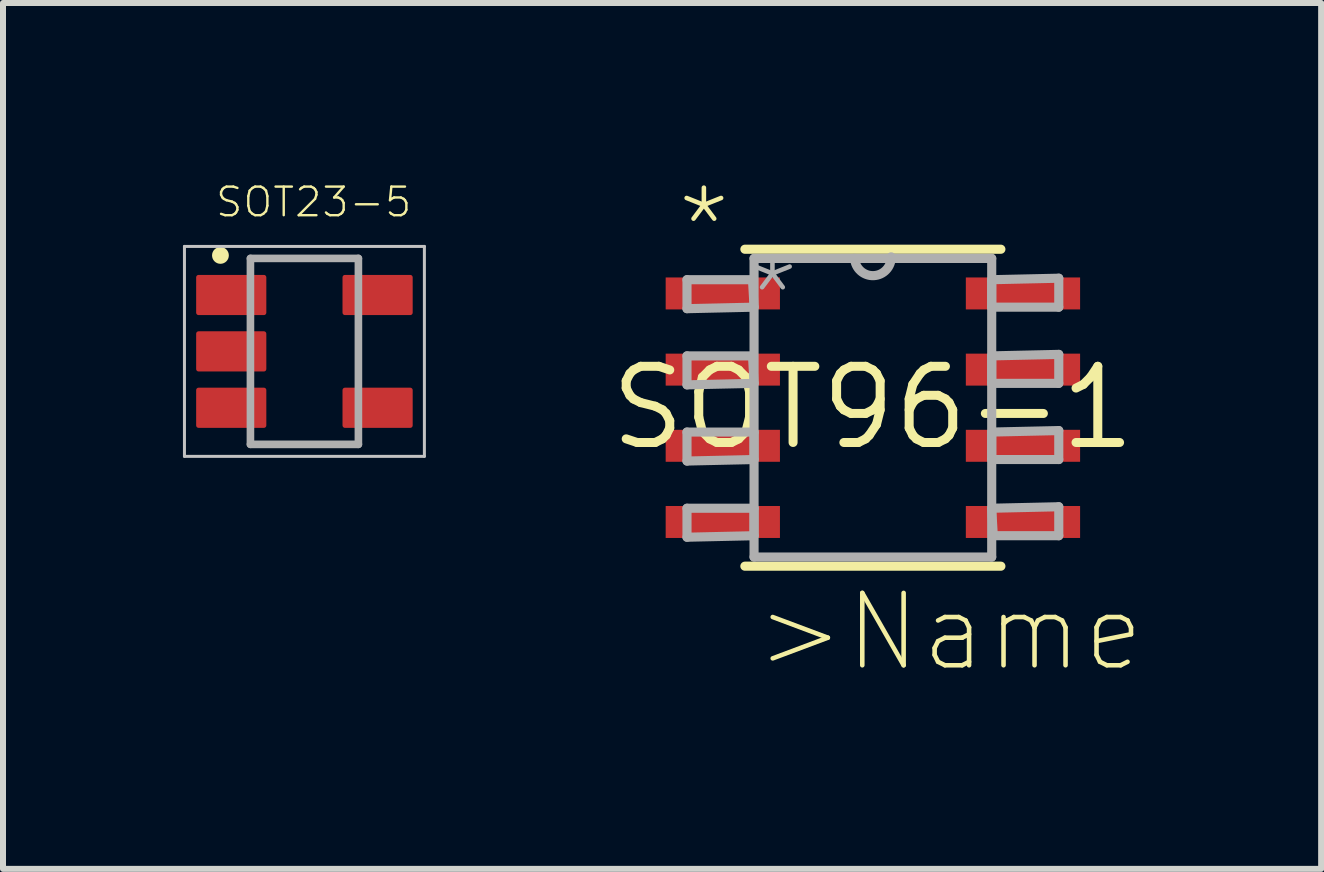
<source format=kicad_pcb>
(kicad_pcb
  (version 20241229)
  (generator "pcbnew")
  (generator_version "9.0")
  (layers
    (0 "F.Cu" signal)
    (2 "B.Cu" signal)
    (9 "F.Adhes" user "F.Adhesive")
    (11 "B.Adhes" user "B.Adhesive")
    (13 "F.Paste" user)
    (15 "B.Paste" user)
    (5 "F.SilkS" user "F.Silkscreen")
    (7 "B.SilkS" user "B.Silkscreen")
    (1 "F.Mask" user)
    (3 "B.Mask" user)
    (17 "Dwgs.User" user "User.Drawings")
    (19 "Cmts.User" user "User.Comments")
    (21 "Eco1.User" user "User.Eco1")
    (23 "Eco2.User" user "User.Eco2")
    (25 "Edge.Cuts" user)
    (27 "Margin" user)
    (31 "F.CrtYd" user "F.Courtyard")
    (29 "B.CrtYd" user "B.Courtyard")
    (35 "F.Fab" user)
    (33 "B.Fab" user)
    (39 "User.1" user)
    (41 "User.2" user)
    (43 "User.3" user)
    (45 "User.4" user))
  (footprint "SOT96-1"
    (layer "F.Cu")
    (at 11.502 3.747)
    (property "Reference" "SOT96-1" (at 0 0 0) (layer "F.SilkS") (effects (font (size 1.27 1.27) (thickness 0.15))))
    (attr through_hole)
    (fp_line (start -2.134 2.642) (end 2.134 2.642) (stroke (width 0.152) (type solid)) (layer "F.SilkS"))
    (fp_line (start 2.134 -2.642) (end -2.134 -2.642) (stroke (width 0.152) (type solid)) (layer "F.SilkS"))
    (fp_line (start -3.099 -2.134) (end -3.099 -1.651) (stroke (width 0.152) (type solid)) (layer "F.Fab"))
    (fp_line (start -3.099 -1.651) (end -1.981 -1.676) (stroke (width 0.152) (type solid)) (layer "F.Fab"))
    (fp_line (start -3.099 -0.864) (end -3.099 -0.381) (stroke (width 0.152) (type solid)) (layer "F.Fab"))
    (fp_line (start -3.099 -0.381) (end -1.981 -0.406) (stroke (width 0.152) (type solid)) (layer "F.Fab"))
    (fp_line (start -3.099 0.406) (end -3.099 0.889) (stroke (width 0.152) (type solid)) (layer "F.Fab"))
    (fp_line (start -3.099 0.889) (end -1.981 0.864) (stroke (width 0.152) (type solid)) (layer "F.Fab"))
    (fp_line (start -3.099 1.676) (end -3.099 2.159) (stroke (width 0.152) (type solid)) (layer "F.Fab"))
    (fp_line (start -3.099 2.159) (end -1.981 2.134) (stroke (width 0.152) (type solid)) (layer "F.Fab"))
    (fp_line (start -2.007 -2.134) (end -3.099 -2.134) (stroke (width 0.152) (type solid)) (layer "F.Fab"))
    (fp_line (start -2.007 -0.864) (end -3.099 -0.864) (stroke (width 0.152) (type solid)) (layer "F.Fab"))
    (fp_line (start -1.981 -2.489) (end -1.981 2.489) (stroke (width 0.152) (type solid)) (layer "F.Fab"))
    (fp_line (start -1.981 -1.676) (end -2.007 -2.134) (stroke (width 0.152) (type solid)) (layer "F.Fab"))
    (fp_line (start -1.981 -0.406) (end -2.007 -0.864) (stroke (width 0.152) (type solid)) (layer "F.Fab"))
    (fp_line (start -1.981 0.406) (end -3.099 0.406) (stroke (width 0.152) (type solid)) (layer "F.Fab"))
    (fp_line (start -1.981 0.864) (end -1.981 0.406) (stroke (width 0.152) (type solid)) (layer "F.Fab"))
    (fp_line (start -1.981 1.676) (end -3.099 1.676) (stroke (width 0.152) (type solid)) (layer "F.Fab"))
    (fp_line (start -1.981 2.134) (end -1.981 1.676) (stroke (width 0.152) (type solid)) (layer "F.Fab"))
    (fp_line (start -1.981 2.489) (end 1.981 2.489) (stroke (width 0.152) (type solid)) (layer "F.Fab"))
    (fp_line (start -0.305 -2.489) (end -1.981 -2.489) (stroke (width 0.152) (type solid)) (layer "F.Fab"))
    (fp_line (start 1.981 -2.489) (end -0.305 -2.489) (stroke (width 0.152) (type solid)) (layer "F.Fab"))
    (fp_line (start 1.981 -2.134) (end 1.981 -1.676) (stroke (width 0.152) (type solid)) (layer "F.Fab"))
    (fp_line (start 1.981 -1.676) (end 3.099 -1.676) (stroke (width 0.152) (type solid)) (layer "F.Fab"))
    (fp_line (start 1.981 -0.864) (end 1.981 -0.406) (stroke (width 0.152) (type solid)) (layer "F.Fab"))
    (fp_line (start 1.981 -0.406) (end 3.099 -0.406) (stroke (width 0.152) (type solid)) (layer "F.Fab"))
    (fp_line (start 1.981 0.406) (end 1.981 0.864) (stroke (width 0.152) (type solid)) (layer "F.Fab"))
    (fp_line (start 1.981 0.864) (end 3.099 0.864) (stroke (width 0.152) (type solid)) (layer "F.Fab"))
    (fp_line (start 1.981 1.676) (end 2.007 2.134) (stroke (width 0.152) (type solid)) (layer "F.Fab"))
    (fp_line (start 1.981 2.489) (end 1.981 -2.489) (stroke (width 0.152) (type solid)) (layer "F.Fab"))
    (fp_line (start 2.007 2.134) (end 3.099 2.134) (stroke (width 0.152) (type solid)) (layer "F.Fab"))
    (fp_line (start 3.099 -2.159) (end 1.981 -2.134) (stroke (width 0.152) (type solid)) (layer "F.Fab"))
    (fp_line (start 3.099 -1.676) (end 3.099 -2.159) (stroke (width 0.152) (type solid)) (layer "F.Fab"))
    (fp_line (start 3.099 -0.889) (end 1.981 -0.864) (stroke (width 0.152) (type solid)) (layer "F.Fab"))
    (fp_line (start 3.099 -0.406) (end 3.099 -0.889) (stroke (width 0.152) (type solid)) (layer "F.Fab"))
    (fp_line (start 3.099 0.381) (end 1.981 0.406) (stroke (width 0.152) (type solid)) (layer "F.Fab"))
    (fp_line (start 3.099 0.864) (end 3.099 0.381) (stroke (width 0.152) (type solid)) (layer "F.Fab"))
    (fp_line (start 3.099 1.651) (end 1.981 1.676) (stroke (width 0.152) (type solid)) (layer "F.Fab"))
    (fp_line (start 3.099 2.134) (end 3.099 1.651) (stroke (width 0.152) (type solid)) (layer "F.Fab"))
    (fp_arc (start 0.3048 -2.5146) (mid 0.0127 -2.1971) (end -0.3048 -2.4892) (stroke (width 0.1524) (type solid)) (layer "F.Fab"))
    (fp_text user ">Name" (at -2.007 4.445 0) (layer "F.SilkS") (effects (font (size 1.206 1.206) (thickness 0.076)) (justify left bottom)))
    (fp_text user "*" (at -3.327 -2.311 0) (layer "F.SilkS") (effects (font (size 1.206 1.206) (thickness 0.076)) (justify left bottom)))
    (fp_text user "*" (at -2.184 -1.168 0) (layer "F.Fab") (effects (font (size 1.206 1.206) (thickness 0.076)) (justify left bottom)))
    (pad "1" smd rect (at -2.502 -1.905) (size 1.905 0.533) (layers "F.Cu" "F.Mask" "F.Paste"))
    (pad "2" smd rect (at -2.502 -0.635) (size 1.905 0.533) (layers "F.Cu" "F.Mask" "F.Paste"))
    (pad "3" smd rect (at -2.502 0.635) (size 1.905 0.533) (layers "F.Cu" "F.Mask" "F.Paste"))
    (pad "4" smd rect (at -2.502 1.905) (size 1.905 0.533) (layers "F.Cu" "F.Mask" "F.Paste"))
    (pad "5" smd rect (at 2.502 1.905) (size 1.905 0.533) (layers "F.Cu" "F.Mask" "F.Paste"))
    (pad "6" smd rect (at 2.502 0.635) (size 1.905 0.533) (layers "F.Cu" "F.Mask" "F.Paste"))
    (pad "7" smd rect (at 2.502 -0.635) (size 1.905 0.533) (layers "F.Cu" "F.Mask" "F.Paste"))
    (pad "8" smd rect (at 2.502 -1.905) (size 1.905 0.533) (layers "F.Cu" "F.Mask" "F.Paste")))
  (footprint "SOT23-5"
    (layer "F.Cu")
    (at 2.025 2.808)
    (property "Reference" "SOT23-5" (at -1.507 -2.21 0) (layer "F.SilkS") (effects (font (size 0.477 0.477) (thickness 0.04)) (justify left bottom)))
    (attr through_hole)
    (fp_circle (center -1.4 -1.6) (end -1.33 -1.6) (stroke (width 0.14) (type solid)) (fill no) (layer "F.SilkS"))
    (fp_line (start -2 -1.75) (end -2 1.75) (stroke (width 0.05) (type solid)) (layer "Dwgs.User"))
    (fp_line (start -2 1.75) (end 2 1.75) (stroke (width 0.05) (type solid)) (layer "Dwgs.User"))
    (fp_line (start 2 -1.75) (end -2 -1.75) (stroke (width 0.05) (type solid)) (layer "Dwgs.User"))
    (fp_line (start 2 1.75) (end 2 -1.75) (stroke (width 0.05) (type solid)) (layer "Dwgs.User"))
    (fp_line (start -0.9 -1.55) (end 0.9 -1.55) (stroke (width 0.127) (type solid)) (layer "F.Fab"))
    (fp_line (start -0.9 1.55) (end -0.9 -1.55) (stroke (width 0.127) (type solid)) (layer "F.Fab"))
    (fp_line (start 0.9 -1.55) (end 0.9 1.55) (stroke (width 0.127) (type solid)) (layer "F.Fab"))
    (fp_line (start 0.9 1.55) (end -0.9 1.55) (stroke (width 0.127) (type solid)) (layer "F.Fab"))
    (pad "1" smd roundrect (at -1.22 -0.94 270) (size 0.67 1.17) (layers "F.Cu" "F.Mask" "F.Paste") (roundrect_rratio 0.06))
    (pad "2" smd roundrect (at -1.22 0 270) (size 0.67 1.17) (layers "F.Cu" "F.Mask" "F.Paste") (roundrect_rratio 0.06))
    (pad "3" smd roundrect (at -1.22 0.94 270) (size 0.67 1.17) (layers "F.Cu" "F.Mask" "F.Paste") (roundrect_rratio 0.06))
    (pad "4" smd roundrect (at 1.22 0.94 270) (size 0.67 1.17) (layers "F.Cu" "F.Mask" "F.Paste") (roundrect_rratio 0.06))
    (pad "5" smd roundrect (at 1.22 -0.94 270) (size 0.67 1.17) (layers "F.Cu" "F.Mask" "F.Paste") (roundrect_rratio 0.06)))
  (gr_rect
    (start -3 -3)
    (end 18.975 11.435)
    (stroke (width 0.1) (type default))
    (fill no)
    (layer "Edge.Cuts")))
</source>
